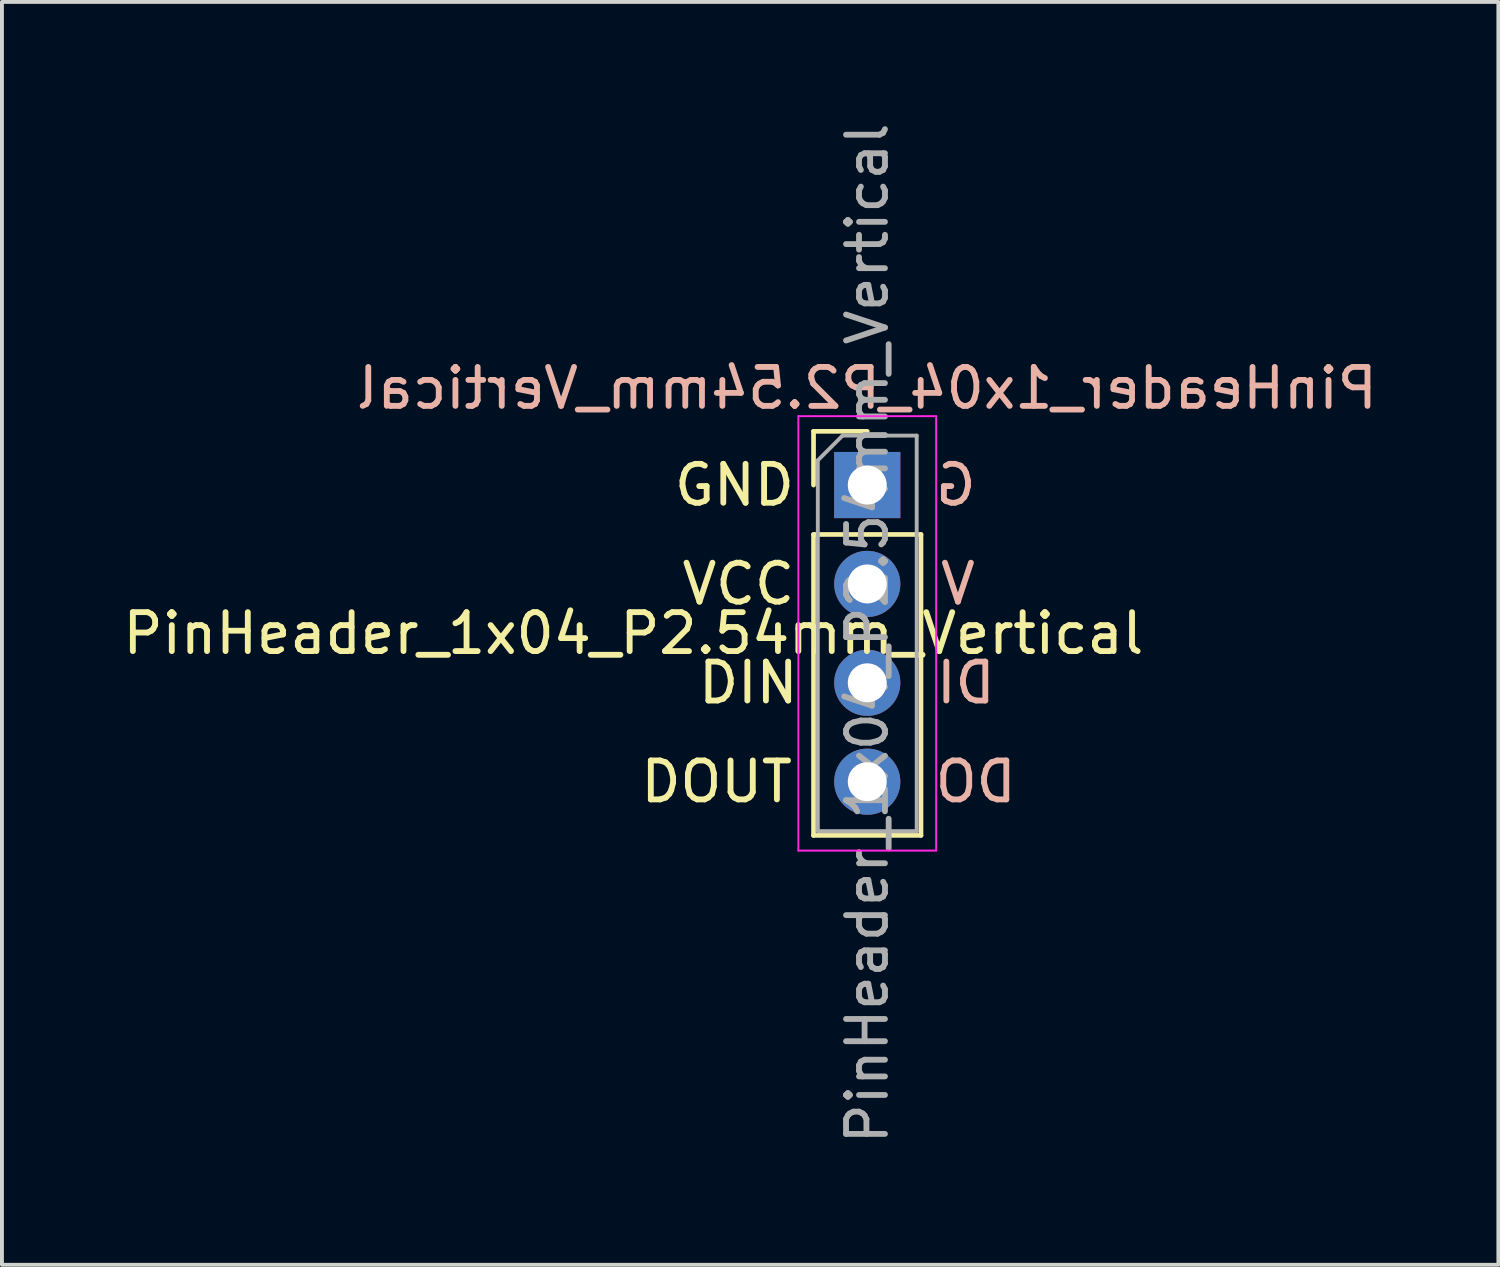
<source format=kicad_pcb>
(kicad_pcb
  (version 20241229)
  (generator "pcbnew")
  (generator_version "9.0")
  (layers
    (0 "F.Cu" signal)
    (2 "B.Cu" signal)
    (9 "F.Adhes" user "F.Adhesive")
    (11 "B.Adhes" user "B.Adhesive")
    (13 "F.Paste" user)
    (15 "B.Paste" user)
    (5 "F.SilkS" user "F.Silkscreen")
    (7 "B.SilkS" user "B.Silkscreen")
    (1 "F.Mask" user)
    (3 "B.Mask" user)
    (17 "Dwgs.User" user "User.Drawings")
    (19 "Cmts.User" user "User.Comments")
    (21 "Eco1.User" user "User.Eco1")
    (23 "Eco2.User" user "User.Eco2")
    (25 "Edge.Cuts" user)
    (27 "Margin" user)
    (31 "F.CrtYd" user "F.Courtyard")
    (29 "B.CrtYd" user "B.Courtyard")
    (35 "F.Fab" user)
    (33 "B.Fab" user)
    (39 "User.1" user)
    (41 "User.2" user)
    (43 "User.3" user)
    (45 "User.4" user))
  (footprint "PinHeader_1x04_P2.54mm_Vertical"
    (layer "F.Cu")
    (at 19.22 13.22)
    (property "Reference" "PinHeader_1x04_P2.54mm_Vertical" (at 0 -6.299 180) (layer "B.SilkS") (effects (font (size 1 1) (thickness 0.15)) (justify mirror)))
    (attr through_hole)
    (fp_line (start -1.372 -5.19) (end 0.008 -5.19) (stroke (width 0.12) (type solid)) (layer "F.SilkS"))
    (fp_line (start -1.372 -2.54) (end -1.372 5.19) (stroke (width 0.12) (type solid)) (layer "F.SilkS"))
    (fp_line (start -1.372 -2.54) (end 1.388 -2.54) (stroke (width 0.12) (type solid)) (layer "F.SilkS"))
    (fp_line (start -1.372 -3.81) (end -1.372 -5.19) (stroke (width 0.12) (type solid)) (layer "F.SilkS"))
    (fp_line (start -1.372 5.19) (end 1.388 5.19) (stroke (width 0.12) (type solid)) (layer "F.SilkS"))
    (fp_line (start 1.388 -2.54) (end 1.388 5.19) (stroke (width 0.12) (type solid)) (layer "F.SilkS"))
    (fp_line (start -1.762 -5.58) (end -1.762 5.58) (stroke (width 0.05) (type solid)) (layer "F.CrtYd"))
    (fp_line (start -1.762 5.58) (end 1.778 5.58) (stroke (width 0.05) (type solid)) (layer "F.CrtYd"))
    (fp_line (start 1.778 -5.58) (end -1.762 -5.58) (stroke (width 0.05) (type solid)) (layer "F.CrtYd"))
    (fp_line (start 1.778 5.58) (end 1.778 -5.58) (stroke (width 0.05) (type solid)) (layer "F.CrtYd"))
    (fp_line (start -1.262 -4.445) (end -0.627 -5.08) (stroke (width 0.1) (type solid)) (layer "F.Fab"))
    (fp_line (start -1.262 5.08) (end -1.262 -4.445) (stroke (width 0.1) (type solid)) (layer "F.Fab"))
    (fp_line (start -0.627 -5.08) (end 1.278 -5.08) (stroke (width 0.1) (type solid)) (layer "F.Fab"))
    (fp_line (start 1.278 -5.08) (end 1.278 5.08) (stroke (width 0.1) (type solid)) (layer "F.Fab"))
    (fp_line (start 1.278 5.08) (end -1.262 5.08) (stroke (width 0.1) (type solid)) (layer "F.Fab"))
    (fp_text user "DOUT" (at -3.861 3.81 180) (layer "F.SilkS") (effects (font (size 1 1) (thickness 0.15))))
    (fp_text user "DIN" (at -3.048 1.27 180) (layer "F.SilkS") (effects (font (size 1 1) (thickness 0.15))))
    (fp_text user "${REFERENCE}" (at -6 0 180) (layer "F.SilkS") (effects (font (size 1 1) (thickness 0.15))))
    (fp_text user "GND" (at -3.404 -3.81 180) (layer "F.SilkS") (effects (font (size 1 1) (thickness 0.15))))
    (fp_text user "VCC" (at -3.302 -1.27 180) (layer "F.SilkS") (effects (font (size 1 1) (thickness 0.15))))
    (fp_text user "G" (at 2.286 -3.81 180) (layer "B.SilkS") (effects (font (size 1 1) (thickness 0.15)) (justify mirror)))
    (fp_text user "DI" (at 2.54 1.27 180) (layer "B.SilkS") (effects (font (size 1 1) (thickness 0.15)) (justify mirror)))
    (fp_text user "DO" (at 2.794 3.81 180) (layer "B.SilkS") (effects (font (size 1 1) (thickness 0.15)) (justify mirror)))
    (fp_text user "V" (at 2.337 -1.27 180) (layer "B.SilkS") (effects (font (size 1 1) (thickness 0.15)) (justify mirror)))
    (fp_text user "${REFERENCE}" (at 0.008 0 90) (layer "F.Fab") (effects (font (size 1 1) (thickness 0.15))))
    (pad "1" thru_hole rect (at 0.008 -3.81) (size 1.7 1.7) (drill 1) (layers "*.Cu" "*.Mask"))
    (pad "2" thru_hole circle (at 0.008 -1.27) (size 1.7 1.7) (drill 1) (layers "*.Cu" "*.Mask"))
    (pad "3" thru_hole circle (at 0.008 1.27) (size 1.7 1.7) (drill 1) (layers "*.Cu" "*.Mask"))
    (pad "4" thru_hole circle (at 0.008 3.81) (size 1.7 1.7) (drill 1) (layers "*.Cu" "*.Mask")))
  (gr_rect
    (start -3 -3)
    (end 35.44 29.44)
    (stroke (width 0.1) (type default))
    (fill no)
    (layer "Edge.Cuts")))
</source>
